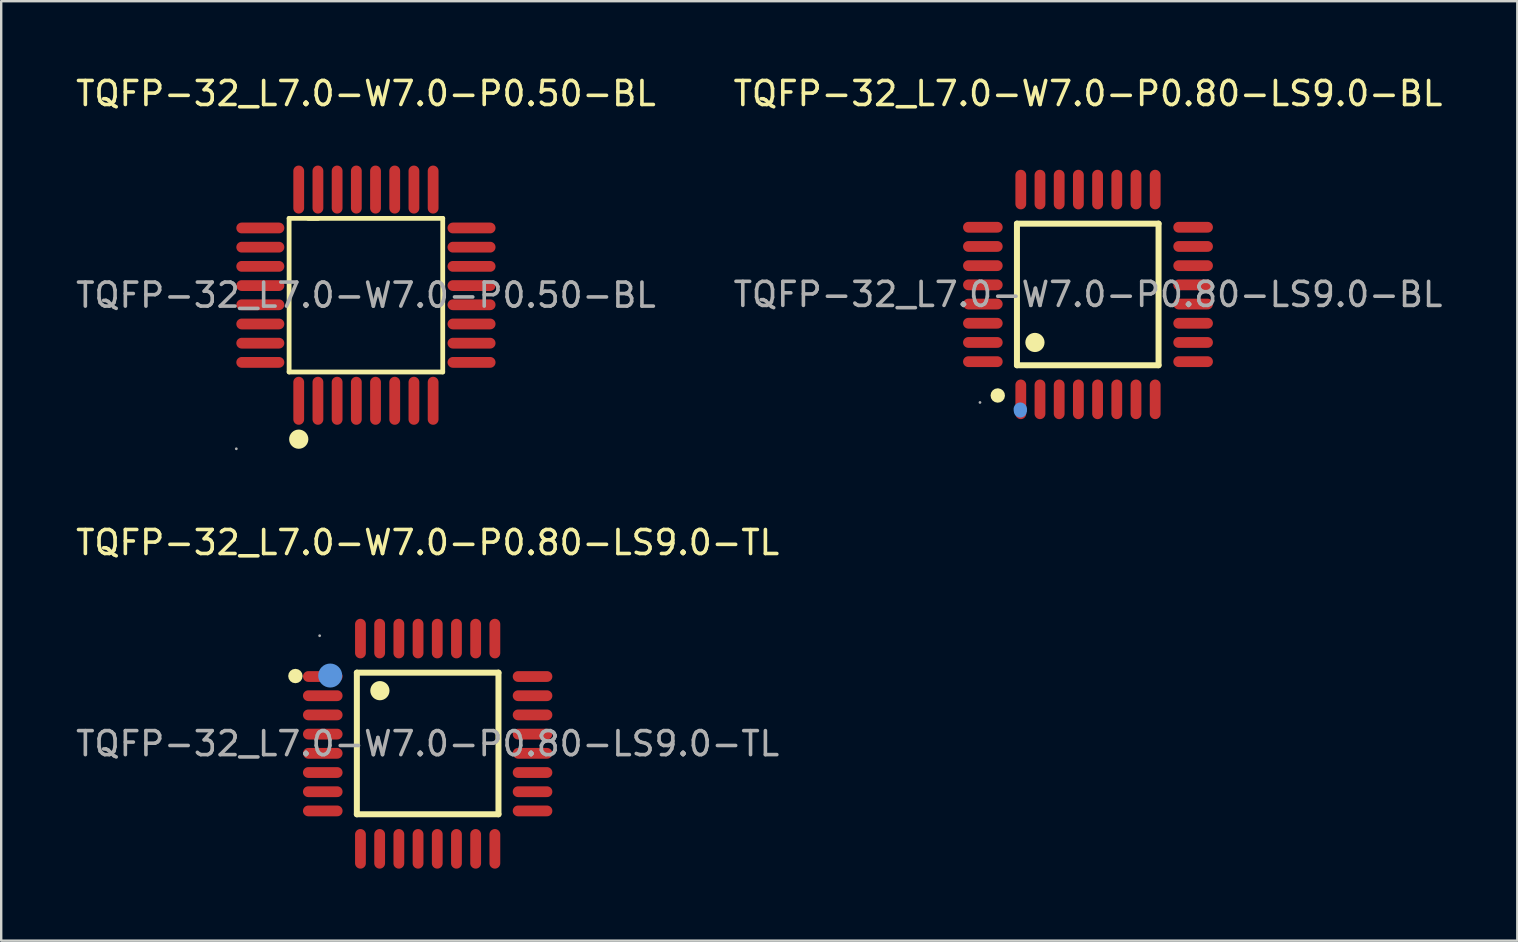
<source format=kicad_pcb>
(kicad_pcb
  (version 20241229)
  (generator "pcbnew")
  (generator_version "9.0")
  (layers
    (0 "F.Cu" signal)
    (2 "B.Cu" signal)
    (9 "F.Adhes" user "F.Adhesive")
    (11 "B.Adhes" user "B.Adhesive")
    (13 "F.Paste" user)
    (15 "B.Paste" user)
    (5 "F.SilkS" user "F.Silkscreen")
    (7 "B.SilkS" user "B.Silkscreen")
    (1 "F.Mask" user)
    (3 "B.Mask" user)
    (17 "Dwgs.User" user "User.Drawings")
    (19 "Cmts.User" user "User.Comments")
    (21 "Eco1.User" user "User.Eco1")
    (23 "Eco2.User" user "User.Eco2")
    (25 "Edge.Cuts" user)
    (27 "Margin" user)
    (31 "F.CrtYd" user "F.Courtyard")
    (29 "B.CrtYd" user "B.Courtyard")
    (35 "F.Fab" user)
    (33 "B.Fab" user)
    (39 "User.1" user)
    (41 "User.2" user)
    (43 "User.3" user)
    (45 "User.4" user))
  (footprint "TQFP-32_L7.0-W7.0-P0.50-BL"
    (layer "F.Cu")
    (at 12.196 9.248)
    (property "Reference" "TQFP-32_L7.0-W7.0-P0.50-BL" (at 0 -8.4 0) (layer "F.SilkS") (effects (font (size 1 1) (thickness 0.15))))
    (attr through_hole)
    (fp_line (start -3.2 -3.2) (end -3.2 3.2) (stroke (width 0.2) (type solid)) (layer "F.SilkS"))
    (fp_line (start -3.2 3.2) (end 3.2 3.2) (stroke (width 0.2) (type solid)) (layer "F.SilkS"))
    (fp_line (start -2 -3.2) (end -3.2 -3.2) (stroke (width 0.2) (type solid)) (layer "F.SilkS"))
    (fp_line (start 3.2 -3.2) (end -2.4 -3.2) (stroke (width 0.2) (type solid)) (layer "F.SilkS"))
    (fp_line (start 3.2 3.2) (end 3.2 -3.2) (stroke (width 0.2) (type solid)) (layer "F.SilkS"))
    (fp_arc (start -2.79 5.8) (mid -2.804988 6.200188) (end -2.800027 5.79975) (stroke (width 0.4) (type solid)) (layer "F.SilkS"))
    (fp_circle (center -5.4 6.4) (end -5.37 6.4) (stroke (width 0.06) (type solid)) (fill no) (layer "F.Fab"))
    (fp_text user "${REFERENCE}" (at 0 0 0) (layer "F.Fab") (effects (font (size 1 1) (thickness 0.15))))
    (pad "1" smd oval (at -2.8 4.4 90) (size 2 0.45) (layers "F.Cu" "F.Mask" "F.Paste"))
    (pad "2" smd oval (at -2 4.4 90) (size 2 0.45) (layers "F.Cu" "F.Mask" "F.Paste"))
    (pad "3" smd oval (at -1.2 4.4 90) (size 2 0.45) (layers "F.Cu" "F.Mask" "F.Paste"))
    (pad "4" smd oval (at -0.4 4.4 90) (size 2 0.45) (layers "F.Cu" "F.Mask" "F.Paste"))
    (pad "5" smd oval (at 0.4 4.4 90) (size 2 0.45) (layers "F.Cu" "F.Mask" "F.Paste"))
    (pad "6" smd oval (at 1.2 4.4 90) (size 2 0.45) (layers "F.Cu" "F.Mask" "F.Paste"))
    (pad "7" smd oval (at 2 4.4 90) (size 2 0.45) (layers "F.Cu" "F.Mask" "F.Paste"))
    (pad "8" smd oval (at 2.8 4.4 90) (size 2 0.45) (layers "F.Cu" "F.Mask" "F.Paste"))
    (pad "9" smd oval (at 4.4 2.8 180) (size 2 0.45) (layers "F.Cu" "F.Mask" "F.Paste"))
    (pad "10" smd oval (at 4.4 2 180) (size 2 0.45) (layers "F.Cu" "F.Mask" "F.Paste"))
    (pad "11" smd oval (at 4.4 1.2 180) (size 2 0.45) (layers "F.Cu" "F.Mask" "F.Paste"))
    (pad "12" smd oval (at 4.4 0.4 180) (size 2 0.45) (layers "F.Cu" "F.Mask" "F.Paste"))
    (pad "13" smd oval (at 4.4 -0.4 180) (size 2 0.45) (layers "F.Cu" "F.Mask" "F.Paste"))
    (pad "14" smd oval (at 4.4 -1.2 180) (size 2 0.45) (layers "F.Cu" "F.Mask" "F.Paste"))
    (pad "15" smd oval (at 4.4 -2 180) (size 2 0.45) (layers "F.Cu" "F.Mask" "F.Paste"))
    (pad "16" smd oval (at 4.4 -2.8 180) (size 2 0.45) (layers "F.Cu" "F.Mask" "F.Paste"))
    (pad "17" smd oval (at 2.8 -4.4 270) (size 2 0.45) (layers "F.Cu" "F.Mask" "F.Paste"))
    (pad "18" smd oval (at 2 -4.4 270) (size 2 0.45) (layers "F.Cu" "F.Mask" "F.Paste"))
    (pad "19" smd oval (at 1.2 -4.4 270) (size 2 0.45) (layers "F.Cu" "F.Mask" "F.Paste"))
    (pad "20" smd oval (at 0.4 -4.4 270) (size 2 0.45) (layers "F.Cu" "F.Mask" "F.Paste"))
    (pad "21" smd oval (at -0.4 -4.4 270) (size 2 0.45) (layers "F.Cu" "F.Mask" "F.Paste"))
    (pad "22" smd oval (at -1.2 -4.4 270) (size 2 0.45) (layers "F.Cu" "F.Mask" "F.Paste"))
    (pad "23" smd oval (at -2 -4.4 270) (size 2 0.45) (layers "F.Cu" "F.Mask" "F.Paste"))
    (pad "24" smd oval (at -2.8 -4.4 270) (size 2 0.45) (layers "F.Cu" "F.Mask" "F.Paste"))
    (pad "25" smd oval (at -4.4 -2.8) (size 2 0.45) (layers "F.Cu" "F.Mask" "F.Paste"))
    (pad "26" smd oval (at -4.4 -2) (size 2 0.45) (layers "F.Cu" "F.Mask" "F.Paste"))
    (pad "27" smd oval (at -4.4 -1.2) (size 2 0.45) (layers "F.Cu" "F.Mask" "F.Paste"))
    (pad "28" smd oval (at -4.4 -0.4) (size 2 0.45) (layers "F.Cu" "F.Mask" "F.Paste"))
    (pad "29" smd oval (at -4.4 0.4) (size 2 0.45) (layers "F.Cu" "F.Mask" "F.Paste"))
    (pad "30" smd oval (at -4.4 1.2) (size 2 0.45) (layers "F.Cu" "F.Mask" "F.Paste"))
    (pad "31" smd oval (at -4.4 2) (size 2 0.45) (layers "F.Cu" "F.Mask" "F.Paste"))
    (pad "32" smd oval (at -4.4 2.8) (size 2 0.45) (layers "F.Cu" "F.Mask" "F.Paste")))
  (footprint "TQFP-32_L7.0-W7.0-P0.80-LS9.0-TL"
    (layer "F.Cu")
    (at 14.768 27.936)
    (property "Reference" "TQFP-32_L7.0-W7.0-P0.80-LS9.0-TL" (at 0 -8.38 0) (layer "F.SilkS") (effects (font (size 1 1) (thickness 0.15))))
    (attr through_hole)
    (fp_line (start -2.95 -2.96) (end -2.95 2.94) (stroke (width 0.25) (type solid)) (layer "F.SilkS"))
    (fp_line (start -2.95 2.94) (end 2.95 2.94) (stroke (width 0.25) (type solid)) (layer "F.SilkS"))
    (fp_line (start 2.95 -2.96) (end -2.95 -2.96) (stroke (width 0.25) (type solid)) (layer "F.SilkS"))
    (fp_line (start 2.95 2.94) (end 2.95 -2.96) (stroke (width 0.25) (type solid)) (layer "F.SilkS"))
    (fp_arc (start -5.51 -2.82) (mid -5.51 -2.82) (end -5.51 -2.82) (stroke (width 0.3) (type solid)) (layer "F.SilkS"))
    (fp_arc (start -1.99 -2.21) (mid -1.99 -2.21) (end -1.99 -2.21) (stroke (width 0.4) (type solid)) (layer "F.SilkS"))
    (fp_circle (center -4.06 -2.84) (end -3.81 -2.84) (stroke (width 0.5) (type solid)) (fill no) (layer "Cmts.User"))
    (fp_circle (center -4.5 -4.5) (end -4.47 -4.5) (stroke (width 0.06) (type solid)) (fill no) (layer "F.Fab"))
    (fp_text user "${REFERENCE}" (at 0 0 0) (layer "F.Fab") (effects (font (size 1 1) (thickness 0.15))))
    (pad "1" smd oval (at -4.37 -2.8 90) (size 0.45 1.65) (layers "F.Cu" "F.Mask" "F.Paste"))
    (pad "2" smd oval (at -4.37 -2 90) (size 0.45 1.65) (layers "F.Cu" "F.Mask" "F.Paste"))
    (pad "3" smd oval (at -4.37 -1.2 90) (size 0.45 1.65) (layers "F.Cu" "F.Mask" "F.Paste"))
    (pad "4" smd oval (at -4.37 -0.4 90) (size 0.45 1.65) (layers "F.Cu" "F.Mask" "F.Paste"))
    (pad "5" smd oval (at -4.37 0.4 90) (size 0.45 1.65) (layers "F.Cu" "F.Mask" "F.Paste"))
    (pad "6" smd oval (at -4.37 1.2 90) (size 0.45 1.65) (layers "F.Cu" "F.Mask" "F.Paste"))
    (pad "7" smd oval (at -4.37 2 90) (size 0.45 1.65) (layers "F.Cu" "F.Mask" "F.Paste"))
    (pad "8" smd oval (at -4.37 2.8 90) (size 0.45 1.65) (layers "F.Cu" "F.Mask" "F.Paste"))
    (pad "9" smd oval (at -2.8 4.38) (size 0.45 1.65) (layers "F.Cu" "F.Mask" "F.Paste"))
    (pad "10" smd oval (at -2 4.38) (size 0.45 1.65) (layers "F.Cu" "F.Mask" "F.Paste"))
    (pad "11" smd oval (at -1.2 4.38) (size 0.45 1.65) (layers "F.Cu" "F.Mask" "F.Paste"))
    (pad "12" smd oval (at -0.4 4.38) (size 0.45 1.65) (layers "F.Cu" "F.Mask" "F.Paste"))
    (pad "13" smd oval (at 0.4 4.38) (size 0.45 1.65) (layers "F.Cu" "F.Mask" "F.Paste"))
    (pad "14" smd oval (at 1.2 4.38) (size 0.45 1.65) (layers "F.Cu" "F.Mask" "F.Paste"))
    (pad "15" smd oval (at 2 4.38) (size 0.45 1.65) (layers "F.Cu" "F.Mask" "F.Paste"))
    (pad "16" smd oval (at 2.8 4.38) (size 0.45 1.65) (layers "F.Cu" "F.Mask" "F.Paste"))
    (pad "17" smd oval (at 4.37 2.8 90) (size 0.45 1.65) (layers "F.Cu" "F.Mask" "F.Paste"))
    (pad "18" smd oval (at 4.37 2 90) (size 0.45 1.65) (layers "F.Cu" "F.Mask" "F.Paste"))
    (pad "19" smd oval (at 4.37 1.2 90) (size 0.45 1.65) (layers "F.Cu" "F.Mask" "F.Paste"))
    (pad "20" smd oval (at 4.37 0.4 90) (size 0.45 1.65) (layers "F.Cu" "F.Mask" "F.Paste"))
    (pad "21" smd oval (at 4.37 -0.4 90) (size 0.45 1.65) (layers "F.Cu" "F.Mask" "F.Paste"))
    (pad "22" smd oval (at 4.37 -1.2 90) (size 0.45 1.65) (layers "F.Cu" "F.Mask" "F.Paste"))
    (pad "23" smd oval (at 4.37 -2 90) (size 0.45 1.65) (layers "F.Cu" "F.Mask" "F.Paste"))
    (pad "24" smd oval (at 4.37 -2.8 90) (size 0.45 1.65) (layers "F.Cu" "F.Mask" "F.Paste"))
    (pad "25" smd oval (at 2.8 -4.38) (size 0.45 1.65) (layers "F.Cu" "F.Mask" "F.Paste"))
    (pad "26" smd oval (at 2 -4.38) (size 0.45 1.65) (layers "F.Cu" "F.Mask" "F.Paste"))
    (pad "27" smd oval (at 1.2 -4.38) (size 0.45 1.65) (layers "F.Cu" "F.Mask" "F.Paste"))
    (pad "28" smd oval (at 0.4 -4.38) (size 0.45 1.65) (layers "F.Cu" "F.Mask" "F.Paste"))
    (pad "29" smd oval (at -0.4 -4.38) (size 0.45 1.65) (layers "F.Cu" "F.Mask" "F.Paste"))
    (pad "30" smd oval (at -1.2 -4.38) (size 0.45 1.65) (layers "F.Cu" "F.Mask" "F.Paste"))
    (pad "31" smd oval (at -2 -4.38) (size 0.45 1.65) (layers "F.Cu" "F.Mask" "F.Paste"))
    (pad "32" smd oval (at -2.8 -4.38) (size 0.45 1.65) (layers "F.Cu" "F.Mask" "F.Paste")))
  (footprint "TQFP-32_L7.0-W7.0-P0.80-LS9.0-BL"
    (layer "F.Cu")
    (at 42.28 9.218)
    (property "Reference" "TQFP-32_L7.0-W7.0-P0.80-LS9.0-BL" (at 0 -8.37 0) (layer "F.SilkS") (effects (font (size 1 1) (thickness 0.15))))
    (attr through_hole)
    (fp_line (start -2.96 -2.95) (end -2.96 2.95) (stroke (width 0.25) (type solid)) (layer "F.SilkS"))
    (fp_line (start -2.96 2.95) (end 2.94 2.95) (stroke (width 0.25) (type solid)) (layer "F.SilkS"))
    (fp_line (start 2.94 -2.95) (end -2.96 -2.95) (stroke (width 0.25) (type solid)) (layer "F.SilkS"))
    (fp_line (start 2.94 2.95) (end 2.94 -2.95) (stroke (width 0.25) (type solid)) (layer "F.SilkS"))
    (fp_arc (start -3.75 4.06) (mid -3.764995 4.36025) (end -3.760016 4.059667) (stroke (width 0.3) (type solid)) (layer "F.SilkS"))
    (fp_arc (start -2.21 2) (mid -2.21 2) (end -2.21 2) (stroke (width 0.4) (type solid)) (layer "F.SilkS"))
    (fp_arc (start -2.970134 4.819495) (mid -2.819739 4.624758) (end -2.67 4.82) (stroke (width 0.25) (type solid)) (layer "Cmts.User"))
    (fp_arc (start -2.678555 4.825455) (mid -2.822822 5.005575) (end -2.96 4.82) (stroke (width 0.25) (type solid)) (layer "Cmts.User"))
    (fp_circle (center -2.82 4.83) (end -2.69 4.83) (stroke (width 0.25) (type solid)) (fill no) (layer "Cmts.User"))
    (fp_circle (center -4.5 4.5) (end -4.47 4.5) (stroke (width 0.06) (type solid)) (fill no) (layer "F.Fab"))
    (fp_text user "${REFERENCE}" (at 0 0 0) (layer "F.Fab") (effects (font (size 1 1) (thickness 0.15))))
    (pad "1" smd oval (at -2.8 4.37) (size 0.45 1.65) (layers "F.Cu" "F.Mask" "F.Paste"))
    (pad "2" smd oval (at -2 4.37) (size 0.45 1.65) (layers "F.Cu" "F.Mask" "F.Paste"))
    (pad "3" smd oval (at -1.2 4.37) (size 0.45 1.65) (layers "F.Cu" "F.Mask" "F.Paste"))
    (pad "4" smd oval (at -0.4 4.37) (size 0.45 1.65) (layers "F.Cu" "F.Mask" "F.Paste"))
    (pad "5" smd oval (at 0.4 4.37) (size 0.45 1.65) (layers "F.Cu" "F.Mask" "F.Paste"))
    (pad "6" smd oval (at 1.2 4.37) (size 0.45 1.65) (layers "F.Cu" "F.Mask" "F.Paste"))
    (pad "7" smd oval (at 2 4.37) (size 0.45 1.65) (layers "F.Cu" "F.Mask" "F.Paste"))
    (pad "8" smd oval (at 2.8 4.37) (size 0.45 1.65) (layers "F.Cu" "F.Mask" "F.Paste"))
    (pad "9" smd oval (at 4.38 2.8) (size 1.65 0.45) (layers "F.Cu" "F.Mask" "F.Paste"))
    (pad "10" smd oval (at 4.38 2) (size 1.65 0.45) (layers "F.Cu" "F.Mask" "F.Paste"))
    (pad "11" smd oval (at 4.38 1.2) (size 1.65 0.45) (layers "F.Cu" "F.Mask" "F.Paste"))
    (pad "12" smd oval (at 4.38 0.4) (size 1.65 0.45) (layers "F.Cu" "F.Mask" "F.Paste"))
    (pad "13" smd oval (at 4.38 -0.4) (size 1.65 0.45) (layers "F.Cu" "F.Mask" "F.Paste"))
    (pad "14" smd oval (at 4.38 -1.2) (size 1.65 0.45) (layers "F.Cu" "F.Mask" "F.Paste"))
    (pad "15" smd oval (at 4.38 -2) (size 1.65 0.45) (layers "F.Cu" "F.Mask" "F.Paste"))
    (pad "16" smd oval (at 4.38 -2.8) (size 1.65 0.45) (layers "F.Cu" "F.Mask" "F.Paste"))
    (pad "17" smd oval (at 2.8 -4.37) (size 0.45 1.65) (layers "F.Cu" "F.Mask" "F.Paste"))
    (pad "18" smd oval (at 2 -4.37) (size 0.45 1.65) (layers "F.Cu" "F.Mask" "F.Paste"))
    (pad "19" smd oval (at 1.2 -4.37) (size 0.45 1.65) (layers "F.Cu" "F.Mask" "F.Paste"))
    (pad "20" smd oval (at 0.4 -4.37) (size 0.45 1.65) (layers "F.Cu" "F.Mask" "F.Paste"))
    (pad "21" smd oval (at -0.4 -4.37) (size 0.45 1.65) (layers "F.Cu" "F.Mask" "F.Paste"))
    (pad "22" smd oval (at -1.2 -4.37) (size 0.45 1.65) (layers "F.Cu" "F.Mask" "F.Paste"))
    (pad "23" smd oval (at -2 -4.37) (size 0.45 1.65) (layers "F.Cu" "F.Mask" "F.Paste"))
    (pad "24" smd oval (at -2.8 -4.37) (size 0.45 1.65) (layers "F.Cu" "F.Mask" "F.Paste"))
    (pad "25" smd oval (at -4.38 -2.8) (size 1.65 0.45) (layers "F.Cu" "F.Mask" "F.Paste"))
    (pad "26" smd oval (at -4.38 -2) (size 1.65 0.45) (layers "F.Cu" "F.Mask" "F.Paste"))
    (pad "27" smd oval (at -4.38 -1.2) (size 1.65 0.45) (layers "F.Cu" "F.Mask" "F.Paste"))
    (pad "28" smd oval (at -4.38 -0.4) (size 1.65 0.45) (layers "F.Cu" "F.Mask" "F.Paste"))
    (pad "29" smd oval (at -4.38 0.4) (size 1.65 0.45) (layers "F.Cu" "F.Mask" "F.Paste"))
    (pad "30" smd oval (at -4.38 1.2) (size 1.65 0.45) (layers "F.Cu" "F.Mask" "F.Paste"))
    (pad "31" smd oval (at -4.38 2) (size 1.65 0.45) (layers "F.Cu" "F.Mask" "F.Paste"))
    (pad "32" smd oval (at -4.38 2.8) (size 1.65 0.45) (layers "F.Cu" "F.Mask" "F.Paste")))
  (gr_rect
    (start -3 -3)
    (end 60.167 36.142)
    (stroke (width 0.1) (type default))
    (fill no)
    (layer "Edge.Cuts")))
</source>
